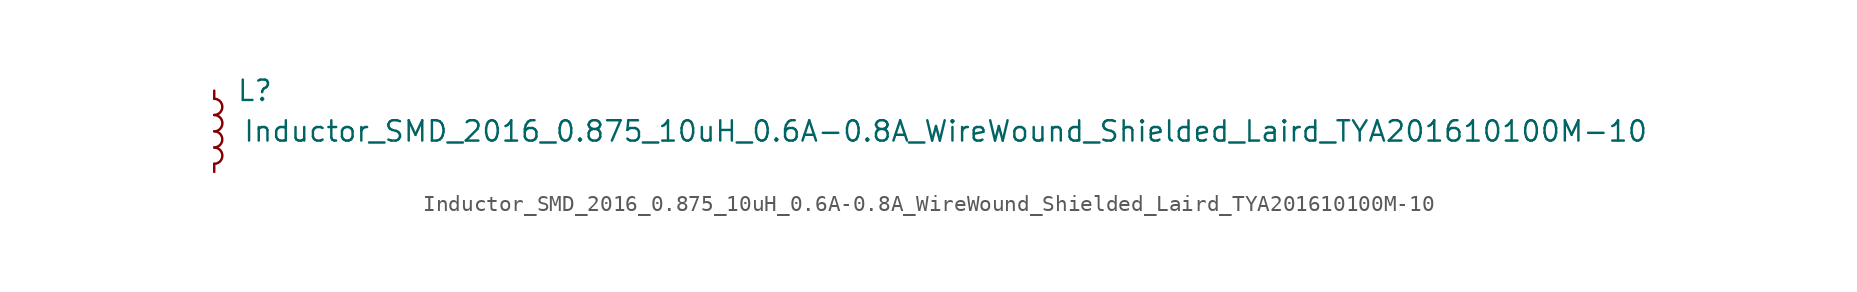
<source format=kicad_sym>
(kicad_symbol_lib
  (version 20211014)
  (generator kicad_symbol_editor)
  (symbol "Inductor_SMD_2016_0.875_10uH_0.6A-0.8A_WireWound_Shielded_Laird_TYA201610100M-10"
    (pin_numbers hide)
    (pin_names
      (offset 1.27) hide)
    (property "Reference" "L"
      (at 2.54 2.54 0)
      (effects (font (size 1.27 1.27))))
    (property "Value" "Inductor_SMD_2016_0.875_10uH_0.6A-0.8A_WireWound_Shielded_Laird_TYA201610100M-10"
      (at 45.72 0 0)
      (effects (font (size 1.27 1.27))))
    (symbol "Inductor_SMD_2016_0.875_10uH_0.6A-0.8A_WireWound_Shielded_Laird_TYA201610100M-10_1_1"
      (arc (start 0 -2.032) (mid 0.508 -1.524) (end 0 -1.016) (stroke (width 0) (type default) (color 0 0 0 0)) (fill (type none)))
      (arc (start 0 -1.016) (mid 0.508 -0.508) (end 0 0) (stroke (width 0) (type default) (color 0 0 0 0)) (fill (type none)))
      (arc (start 0 0) (mid 0.508 0.508) (end 0 1.016) (stroke (width 0) (type default) (color 0 0 0 0)) (fill (type none)))
      (arc (start 0 1.016) (mid 0.508 1.524) (end 0 2.032) (stroke (width 0) (type default) (color 0 0 0 0)) (fill (type none)))
      (pin passive line (at 0 2.54 270) (length 0.508) (name "~" (effects (font (size 1.27 1.27)))) (number "1" (effects (font (size 1.27 1.27)))))
      (pin passive line (at 0 -2.54 90) (length 0.508) (name "~" (effects (font (size 1.27 1.27)))) (number "2" (effects (font (size 1.27 1.27))))))))
</source>
